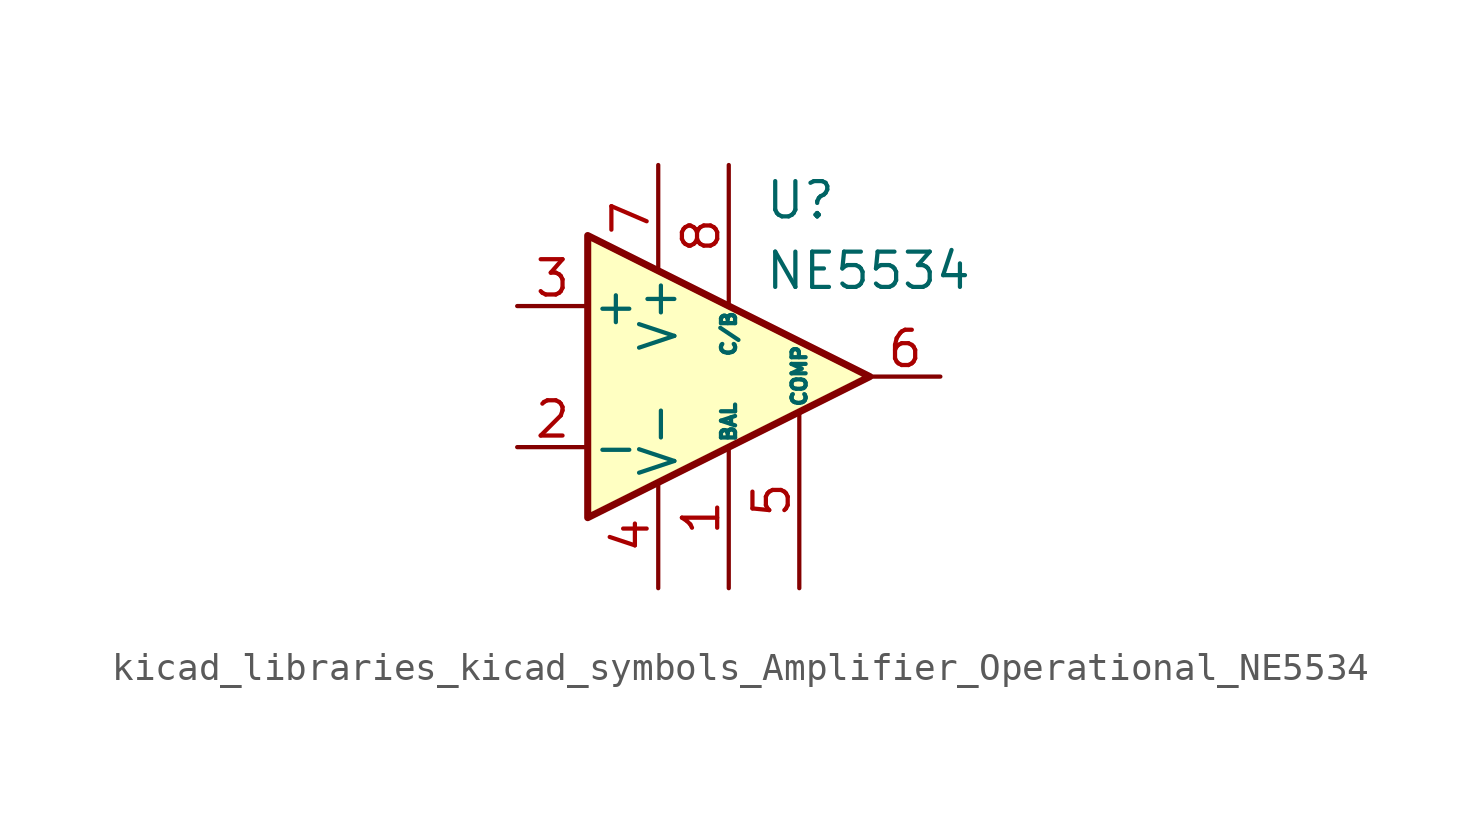
<source format=kicad_sym>
(kicad_symbol_lib
  (version 20220914)
  (generator kicad_symbol_editor)
  (symbol "kicad_libraries_kicad_symbols_Amplifier_Operational_NE5534"
    (pin_names
      (offset 0.127))
    (property "Reference" "U"
      (at 1.27 6.35 0)
      (effects (font (size 1.27 1.27)) (justify left)))
    (property "Value" "NE5534"
      (at 1.27 3.81 0)
      (effects (font (size 1.27 1.27)) (justify left)))
    (symbol "kicad_libraries_kicad_symbols_Amplifier_Operational_NE5534_0_1"
      (polyline (pts (xy -5.08 5.08) (xy 5.08 0) (xy -5.08 -5.08) (xy -5.08 5.08)) (stroke (width 0.254) (type default)) (fill (type background))))
    (symbol "kicad_libraries_kicad_symbols_Amplifier_Operational_NE5534_1_1"
      (pin input line (at 0 -7.62 90) (length 5.08) (name "BAL" (effects (font (size 0.508 0.508)))) (number "1" (effects (font (size 1.27 1.27)))))
      (pin input line (at -7.62 -2.54 0) (length 2.54) (name "-" (effects (font (size 1.27 1.27)))) (number "2" (effects (font (size 1.27 1.27)))))
      (pin input line (at -7.62 2.54 0) (length 2.54) (name "+" (effects (font (size 1.27 1.27)))) (number "3" (effects (font (size 1.27 1.27)))))
      (pin power_in line (at -2.54 -7.62 90) (length 3.81) (name "V-" (effects (font (size 1.27 1.27)))) (number "4" (effects (font (size 1.27 1.27)))))
      (pin input line (at 2.54 -7.62 90) (length 6.35) (name "COMP" (effects (font (size 0.508 0.508)))) (number "5" (effects (font (size 1.27 1.27)))))
      (pin output line (at 7.62 0 180) (length 2.54) (name "~" (effects (font (size 1.27 1.27)))) (number "6" (effects (font (size 1.27 1.27)))))
      (pin power_in line (at -2.54 7.62 270) (length 3.81) (name "V+" (effects (font (size 1.27 1.27)))) (number "7" (effects (font (size 1.27 1.27)))))
      (pin input line (at 0 7.62 270) (length 5.08) (name "C/B" (effects (font (size 0.508 0.508)))) (number "8" (effects (font (size 1.27 1.27))))))))
</source>
